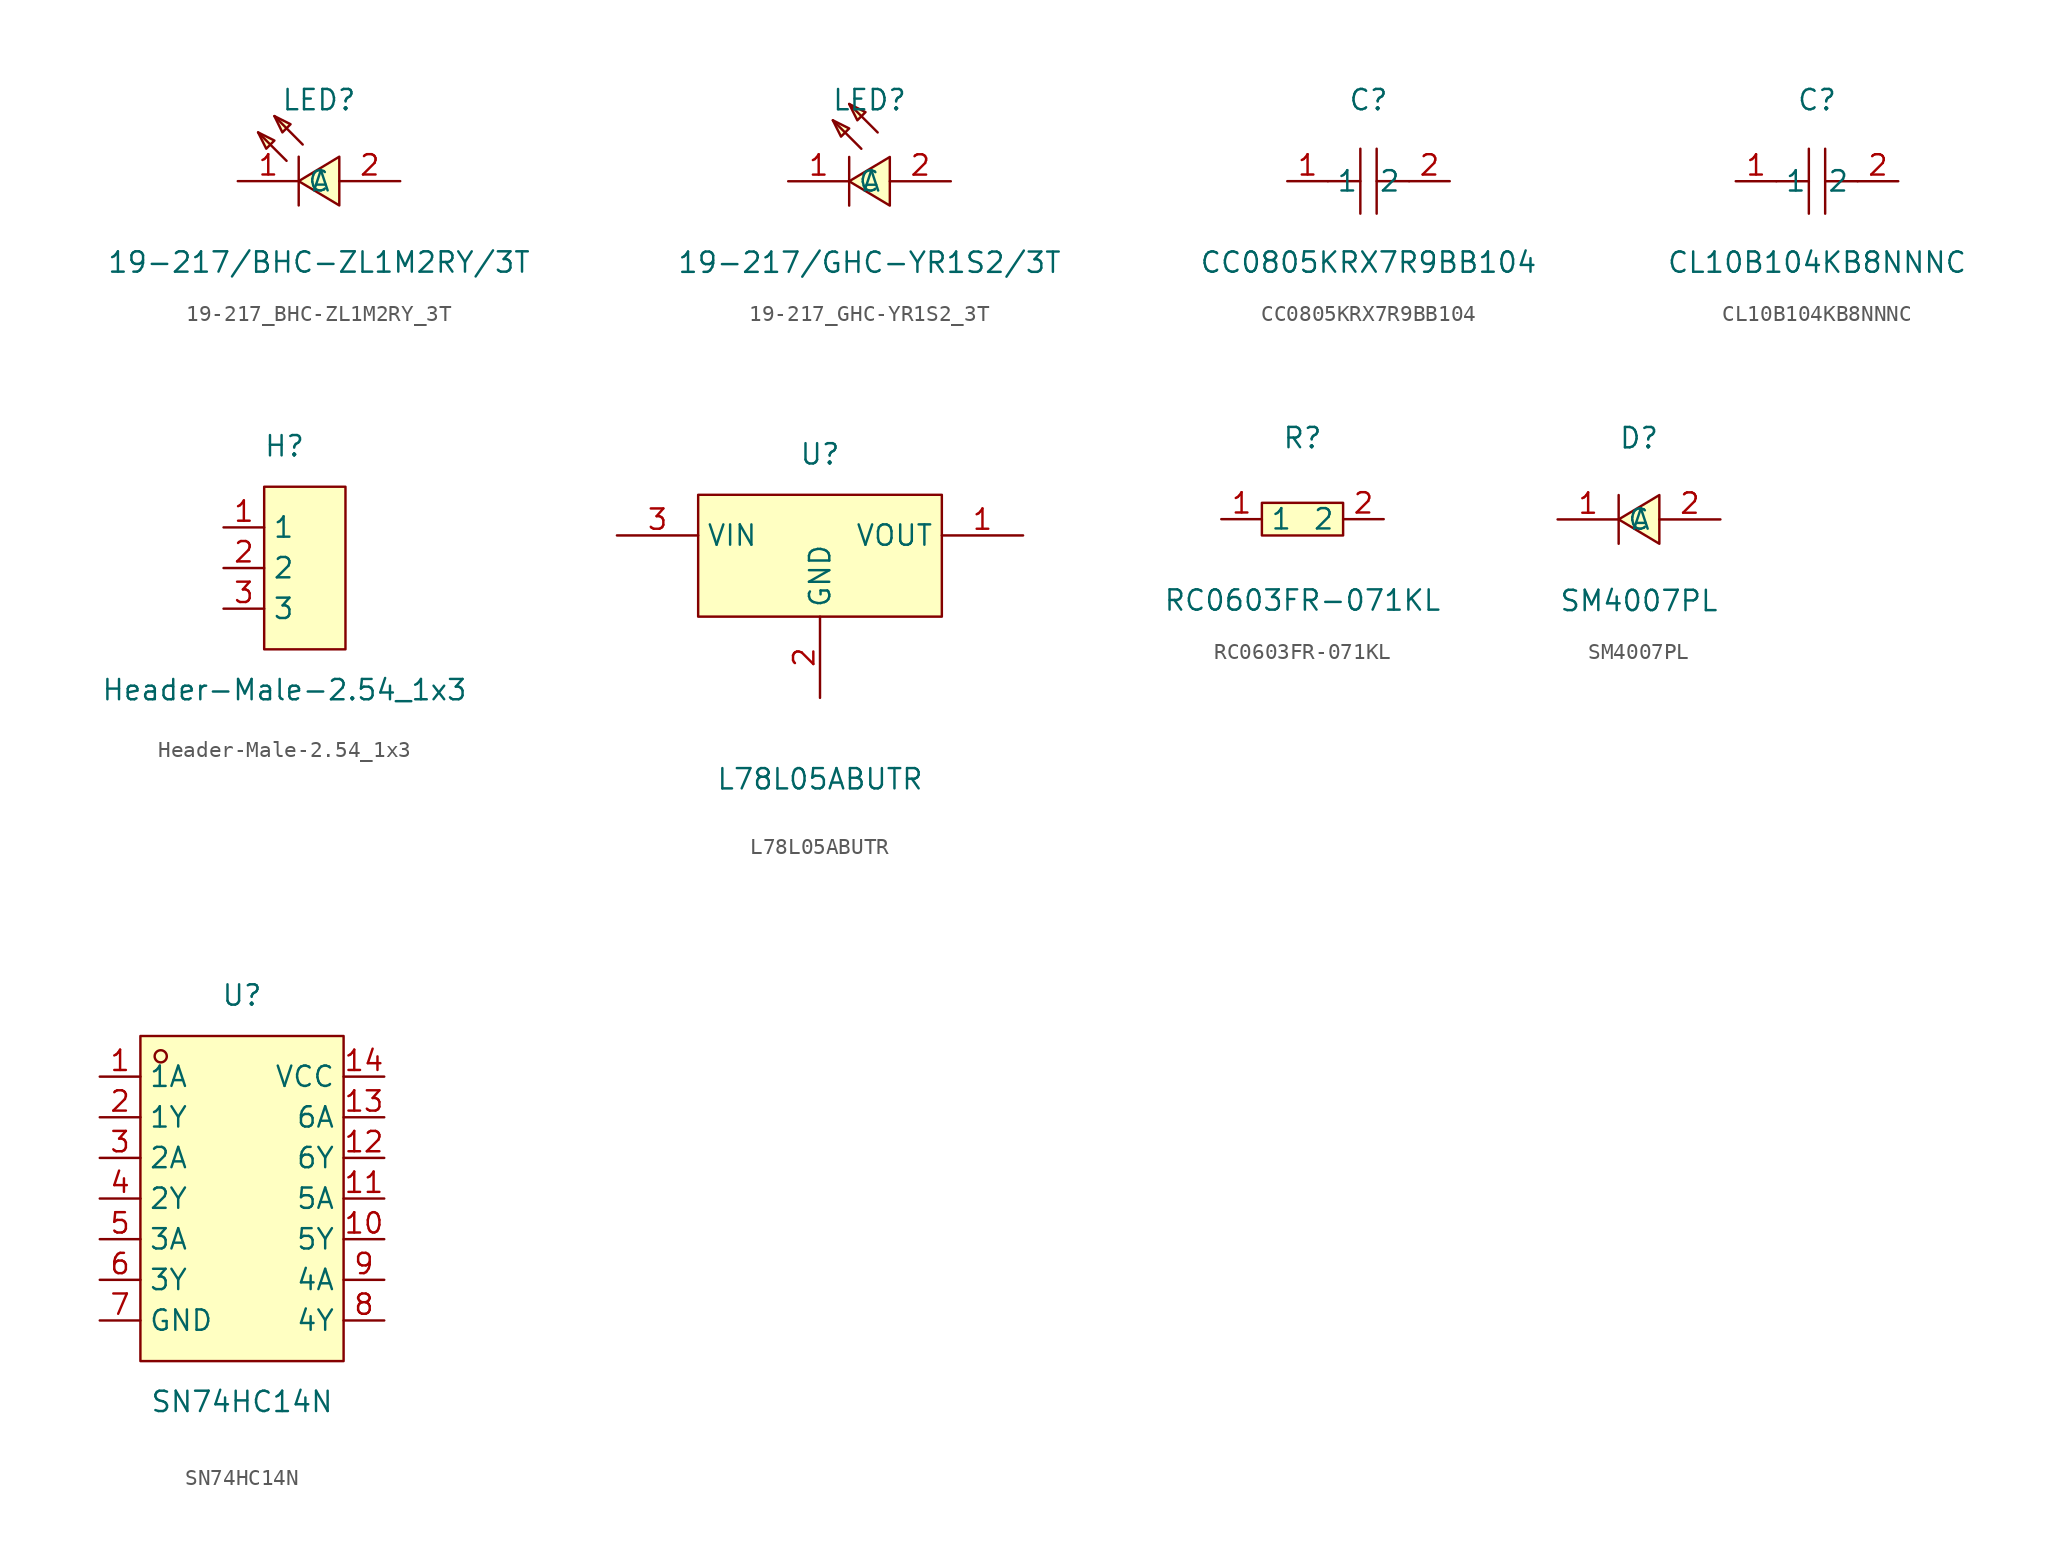
<source format=kicad_sym>
(kicad_symbol_lib
  (version 20231120)
  (generator "kicad_symbol_editor")
  (generator_version "8.0")
  (symbol "19-217_BHC-ZL1M2RY_3T"
    (property "Reference" "LED"
      (at 0 3.30 0)
      (effects (font (size 1.27 1.27))))
    (property "Value" "19-217/BHC-ZL1M2RY/3T"
      (at 0 -6.86 0)
      (effects (font (size 1.27 1.27))))
    (symbol "19-217_BHC-ZL1M2RY_3T_0_1"
      (polyline (pts (xy -1.02 0.51) (xy -2.79 2.29)) (stroke (width 0) (type default) (color 0 0 0 0)) (fill (type none)))
      (polyline (pts (xy -2.03 -0.51) (xy -3.81 1.27)) (stroke (width 0) (type default) (color 0 0 0 0)) (fill (type none)))
      (polyline (pts (xy -1.27 -3.30) (xy -1.27 -0.25)) (stroke (width 0) (type default) (color 0 0 0 0)) (fill (type none)))
      (polyline (pts (xy 1.27 -0.25) (xy -1.27 -1.78) (xy 1.27 -3.30) (xy 1.27 -0.25)) (stroke (width 0) (type default) (color 0 0 0 0)) (fill (type background)))
      (polyline (pts (xy -2.79 2.29) (xy -2.29 1.27) (xy -1.78 1.78) (xy -2.79 2.29)) (stroke (width 0) (type default) (color 0 0 0 0)) (fill (type background)))
      (polyline (pts (xy -3.81 1.27) (xy -3.30 0.25) (xy -2.79 0.76) (xy -3.81 1.27)) (stroke (width 0) (type default) (color 0 0 0 0)) (fill (type background)))
      (pin input line (at 5.08 -1.78 180) (length 3.81) (name "A" (effects (font (size 1.27 1.27)))) (number "2" (effects (font (size 1.27 1.27)))))
      (pin input line (at -5.08 -1.78 0) (length 3.81) (name "C" (effects (font (size 1.27 1.27)))) (number "1" (effects (font (size 1.27 1.27)))))))
  (symbol "19-217_GHC-YR1S2_3T"
    (property "Reference" "LED"
      (at 0 5.08 0)
      (effects (font (size 1.27 1.27))))
    (property "Value" "19-217/GHC-YR1S2/3T"
      (at 0 -5.08 0)
      (effects (font (size 1.27 1.27))))
    (symbol "19-217_GHC-YR1S2_3T_0_1"
      (polyline (pts (xy -0.51 2.03) (xy -2.29 3.81)) (stroke (width 0) (type default) (color 0 0 0 0)) (fill (type none)))
      (polyline (pts (xy 0.51 3.05) (xy -1.27 4.83)) (stroke (width 0) (type default) (color 0 0 0 0)) (fill (type none)))
      (polyline (pts (xy -1.27 1.52) (xy -1.27 -1.52)) (stroke (width 0) (type default) (color 0 0 0 0)) (fill (type none)))
      (polyline (pts (xy 1.27 -1.52) (xy -1.27 -0.00) (xy 1.27 1.52) (xy 1.27 -1.52)) (stroke (width 0) (type default) (color 0 0 0 0)) (fill (type background)))
      (polyline (pts (xy -2.29 3.81) (xy -1.27 3.30) (xy -1.78 2.79) (xy -2.29 3.81)) (stroke (width 0) (type default) (color 0 0 0 0)) (fill (type background)))
      (polyline (pts (xy -1.27 4.83) (xy -0.25 4.32) (xy -0.76 3.81) (xy -1.27 4.83)) (stroke (width 0) (type default) (color 0 0 0 0)) (fill (type background)))
      (pin input line (at 5.08 -0.00 180) (length 3.81) (name "A" (effects (font (size 1.27 1.27)))) (number "2" (effects (font (size 1.27 1.27)))))
      (pin input line (at -5.08 -0.00 0) (length 3.81) (name "C" (effects (font (size 1.27 1.27)))) (number "1" (effects (font (size 1.27 1.27)))))))
  (symbol "CC0805KRX7R9BB104"
    (property "Reference" "C"
      (at 0 5.08 0)
      (effects (font (size 1.27 1.27))))
    (property "Value" "CC0805KRX7R9BB104"
      (at 0 -5.08 0)
      (effects (font (size 1.27 1.27))))
    (symbol "CC0805KRX7R9BB104_0_1"
      (polyline (pts (xy -0.51 -0.00) (xy -2.54 -0.00)) (stroke (width 0) (type default) (color 0 0 0 0)) (fill (type none)))
      (polyline (pts (xy 0.51 2.03) (xy 0.51 -2.03)) (stroke (width 0) (type default) (color 0 0 0 0)) (fill (type none)))
      (polyline (pts (xy 2.54 -0.00) (xy 0.51 -0.00)) (stroke (width 0) (type default) (color 0 0 0 0)) (fill (type none)))
      (polyline (pts (xy -0.51 -2.03) (xy -0.51 2.03)) (stroke (width 0) (type default) (color 0 0 0 0)) (fill (type none)))
      (pin unspecified line (at 5.08 -0.00 180) (length 2.54) (name "2" (effects (font (size 1.27 1.27)))) (number "2" (effects (font (size 1.27 1.27)))))
      (pin unspecified line (at -5.08 -0.00 0) (length 2.54) (name "1" (effects (font (size 1.27 1.27)))) (number "1" (effects (font (size 1.27 1.27)))))))
  (symbol "CL10B104KB8NNNC"
    (property "Reference" "C"
      (at 0 5.08 0)
      (effects (font (size 1.27 1.27))))
    (property "Value" "CL10B104KB8NNNC"
      (at 0 -5.08 0)
      (effects (font (size 1.27 1.27))))
    (symbol "CL10B104KB8NNNC_0_1"
      (polyline (pts (xy -0.51 -2.03) (xy -0.51 2.03)) (stroke (width 0) (type default) (color 0 0 0 0)) (fill (type none)))
      (polyline (pts (xy 2.54 -0.00) (xy 0.51 -0.00)) (stroke (width 0) (type default) (color 0 0 0 0)) (fill (type none)))
      (polyline (pts (xy 0.51 2.03) (xy 0.51 -2.03)) (stroke (width 0) (type default) (color 0 0 0 0)) (fill (type none)))
      (polyline (pts (xy -0.51 -0.00) (xy -2.54 -0.00)) (stroke (width 0) (type default) (color 0 0 0 0)) (fill (type none)))
      (pin unspecified line (at -5.08 -0.00 0) (length 2.54) (name "1" (effects (font (size 1.27 1.27)))) (number "1" (effects (font (size 1.27 1.27)))))
      (pin unspecified line (at 5.08 -0.00 180) (length 2.54) (name "2" (effects (font (size 1.27 1.27)))) (number "2" (effects (font (size 1.27 1.27)))))))
  (symbol "Header-Male-2.54_1x3"
    (property "Reference" "H"
      (at 0 7.62 0)
      (effects (font (size 1.27 1.27))))
    (property "Value" "Header-Male-2.54_1x3"
      (at 0 -7.62 0)
      (effects (font (size 1.27 1.27))))
    (symbol "Header-Male-2.54_1x3_0_1"
      (rectangle (start -1.27 5.08) (end 3.81 -5.08) (stroke (width 0) (type default) (color 0 0 0 0)) (fill (type background)))
      (pin input line (at -3.81 -2.54 0) (length 2.54) (name "3" (effects (font (size 1.27 1.27)))) (number "3" (effects (font (size 1.27 1.27)))))
      (pin input line (at -3.81 2.54 0) (length 2.54) (name "1" (effects (font (size 1.27 1.27)))) (number "1" (effects (font (size 1.27 1.27)))))
      (pin input line (at -3.81 -0.00 0) (length 2.54) (name "2" (effects (font (size 1.27 1.27)))) (number "2" (effects (font (size 1.27 1.27)))))))
  (symbol "L78L05ABUTR"
    (property "Reference" "U"
      (at 0 8.89 0)
      (effects (font (size 1.27 1.27))))
    (property "Value" "L78L05ABUTR"
      (at 0 -11.43 0)
      (effects (font (size 1.27 1.27))))
    (symbol "L78L05ABUTR_0_1"
      (rectangle (start -7.62 6.35) (end 7.62 -1.27) (stroke (width 0) (type default) (color 0 0 0 0)) (fill (type background)))
      (pin power_in line (at -12.70 3.81 0) (length 5.08) (name "VIN" (effects (font (size 1.27 1.27)))) (number "3" (effects (font (size 1.27 1.27)))))
      (pin power_in line (at 0.00 -6.35 90) (length 5.08) (name "GND" (effects (font (size 1.27 1.27)))) (number "2" (effects (font (size 1.27 1.27)))))
      (pin power_in line (at 12.70 3.81 180) (length 5.08) (name "VOUT" (effects (font (size 1.27 1.27)))) (number "1" (effects (font (size 1.27 1.27)))))))
  (symbol "RC0603FR-071KL"
    (property "Reference" "R"
      (at 0 5.08 0)
      (effects (font (size 1.27 1.27))))
    (property "Value" "RC0603FR-071KL"
      (at 0 -5.08 0)
      (effects (font (size 1.27 1.27))))
    (symbol "RC0603FR-071KL_0_1"
      (rectangle (start -2.54 1.02) (end 2.54 -1.02) (stroke (width 0) (type default) (color 0 0 0 0)) (fill (type background)))
      (pin input line (at 5.08 -0.00 180) (length 2.54) (name "2" (effects (font (size 1.27 1.27)))) (number "2" (effects (font (size 1.27 1.27)))))
      (pin input line (at -5.08 -0.00 0) (length 2.54) (name "1" (effects (font (size 1.27 1.27)))) (number "1" (effects (font (size 1.27 1.27)))))))
  (symbol "SM4007PL"
    (property "Reference" "D"
      (at 0 5.08 0)
      (effects (font (size 1.27 1.27))))
    (property "Value" "SM4007PL"
      (at 0 -5.08 0)
      (effects (font (size 1.27 1.27))))
    (symbol "SM4007PL_0_1"
      (polyline (pts (xy 1.27 1.52) (xy -1.27 -0.00) (xy 1.27 -1.52) (xy 1.27 1.52)) (stroke (width 0) (type default) (color 0 0 0 0)) (fill (type background)))
      (polyline (pts (xy -1.27 -1.52) (xy -1.27 1.52)) (stroke (width 0) (type default) (color 0 0 0 0)) (fill (type none)))
      (pin unspecified line (at 5.08 -0.00 180) (length 3.81) (name "A" (effects (font (size 1.27 1.27)))) (number "2" (effects (font (size 1.27 1.27)))))
      (pin unspecified line (at -5.08 -0.00 0) (length 3.81) (name "C" (effects (font (size 1.27 1.27)))) (number "1" (effects (font (size 1.27 1.27)))))))
  (symbol "SN74HC14N"
    (property "Reference" "U"
      (at 0 12.70 0)
      (effects (font (size 1.27 1.27))))
    (property "Value" "SN74HC14N"
      (at 0 -12.70 0)
      (effects (font (size 1.27 1.27))))
    (symbol "SN74HC14N_0_1"
      (rectangle (start -6.35 10.16) (end 6.35 -10.16) (stroke (width 0) (type default) (color 0 0 0 0)) (fill (type background)))
      (circle (center -5.08 8.89) (radius 0.38) (stroke (width 0) (type default) (color 0 0 0 0)) (fill (type none)))
      (pin unspecified line (at -8.89 7.62 0) (length 2.54) (name "1A" (effects (font (size 1.27 1.27)))) (number "1" (effects (font (size 1.27 1.27)))))
      (pin unspecified line (at -8.89 5.08 0) (length 2.54) (name "1Y" (effects (font (size 1.27 1.27)))) (number "2" (effects (font (size 1.27 1.27)))))
      (pin unspecified line (at -8.89 2.54 0) (length 2.54) (name "2A" (effects (font (size 1.27 1.27)))) (number "3" (effects (font (size 1.27 1.27)))))
      (pin unspecified line (at -8.89 -0.00 0) (length 2.54) (name "2Y" (effects (font (size 1.27 1.27)))) (number "4" (effects (font (size 1.27 1.27)))))
      (pin unspecified line (at -8.89 -2.54 0) (length 2.54) (name "3A" (effects (font (size 1.27 1.27)))) (number "5" (effects (font (size 1.27 1.27)))))
      (pin unspecified line (at -8.89 -5.08 0) (length 2.54) (name "3Y" (effects (font (size 1.27 1.27)))) (number "6" (effects (font (size 1.27 1.27)))))
      (pin unspecified line (at -8.89 -7.62 0) (length 2.54) (name "GND" (effects (font (size 1.27 1.27)))) (number "7" (effects (font (size 1.27 1.27)))))
      (pin unspecified line (at 8.89 -7.62 180) (length 2.54) (name "4Y" (effects (font (size 1.27 1.27)))) (number "8" (effects (font (size 1.27 1.27)))))
      (pin unspecified line (at 8.89 -5.08 180) (length 2.54) (name "4A" (effects (font (size 1.27 1.27)))) (number "9" (effects (font (size 1.27 1.27)))))
      (pin unspecified line (at 8.89 -2.54 180) (length 2.54) (name "5Y" (effects (font (size 1.27 1.27)))) (number "10" (effects (font (size 1.27 1.27)))))
      (pin unspecified line (at 8.89 -0.00 180) (length 2.54) (name "5A" (effects (font (size 1.27 1.27)))) (number "11" (effects (font (size 1.27 1.27)))))
      (pin unspecified line (at 8.89 2.54 180) (length 2.54) (name "6Y" (effects (font (size 1.27 1.27)))) (number "12" (effects (font (size 1.27 1.27)))))
      (pin unspecified line (at 8.89 5.08 180) (length 2.54) (name "6A" (effects (font (size 1.27 1.27)))) (number "13" (effects (font (size 1.27 1.27)))))
      (pin unspecified line (at 8.89 7.62 180) (length 2.54) (name "VCC" (effects (font (size 1.27 1.27)))) (number "14" (effects (font (size 1.27 1.27))))))))
</source>
